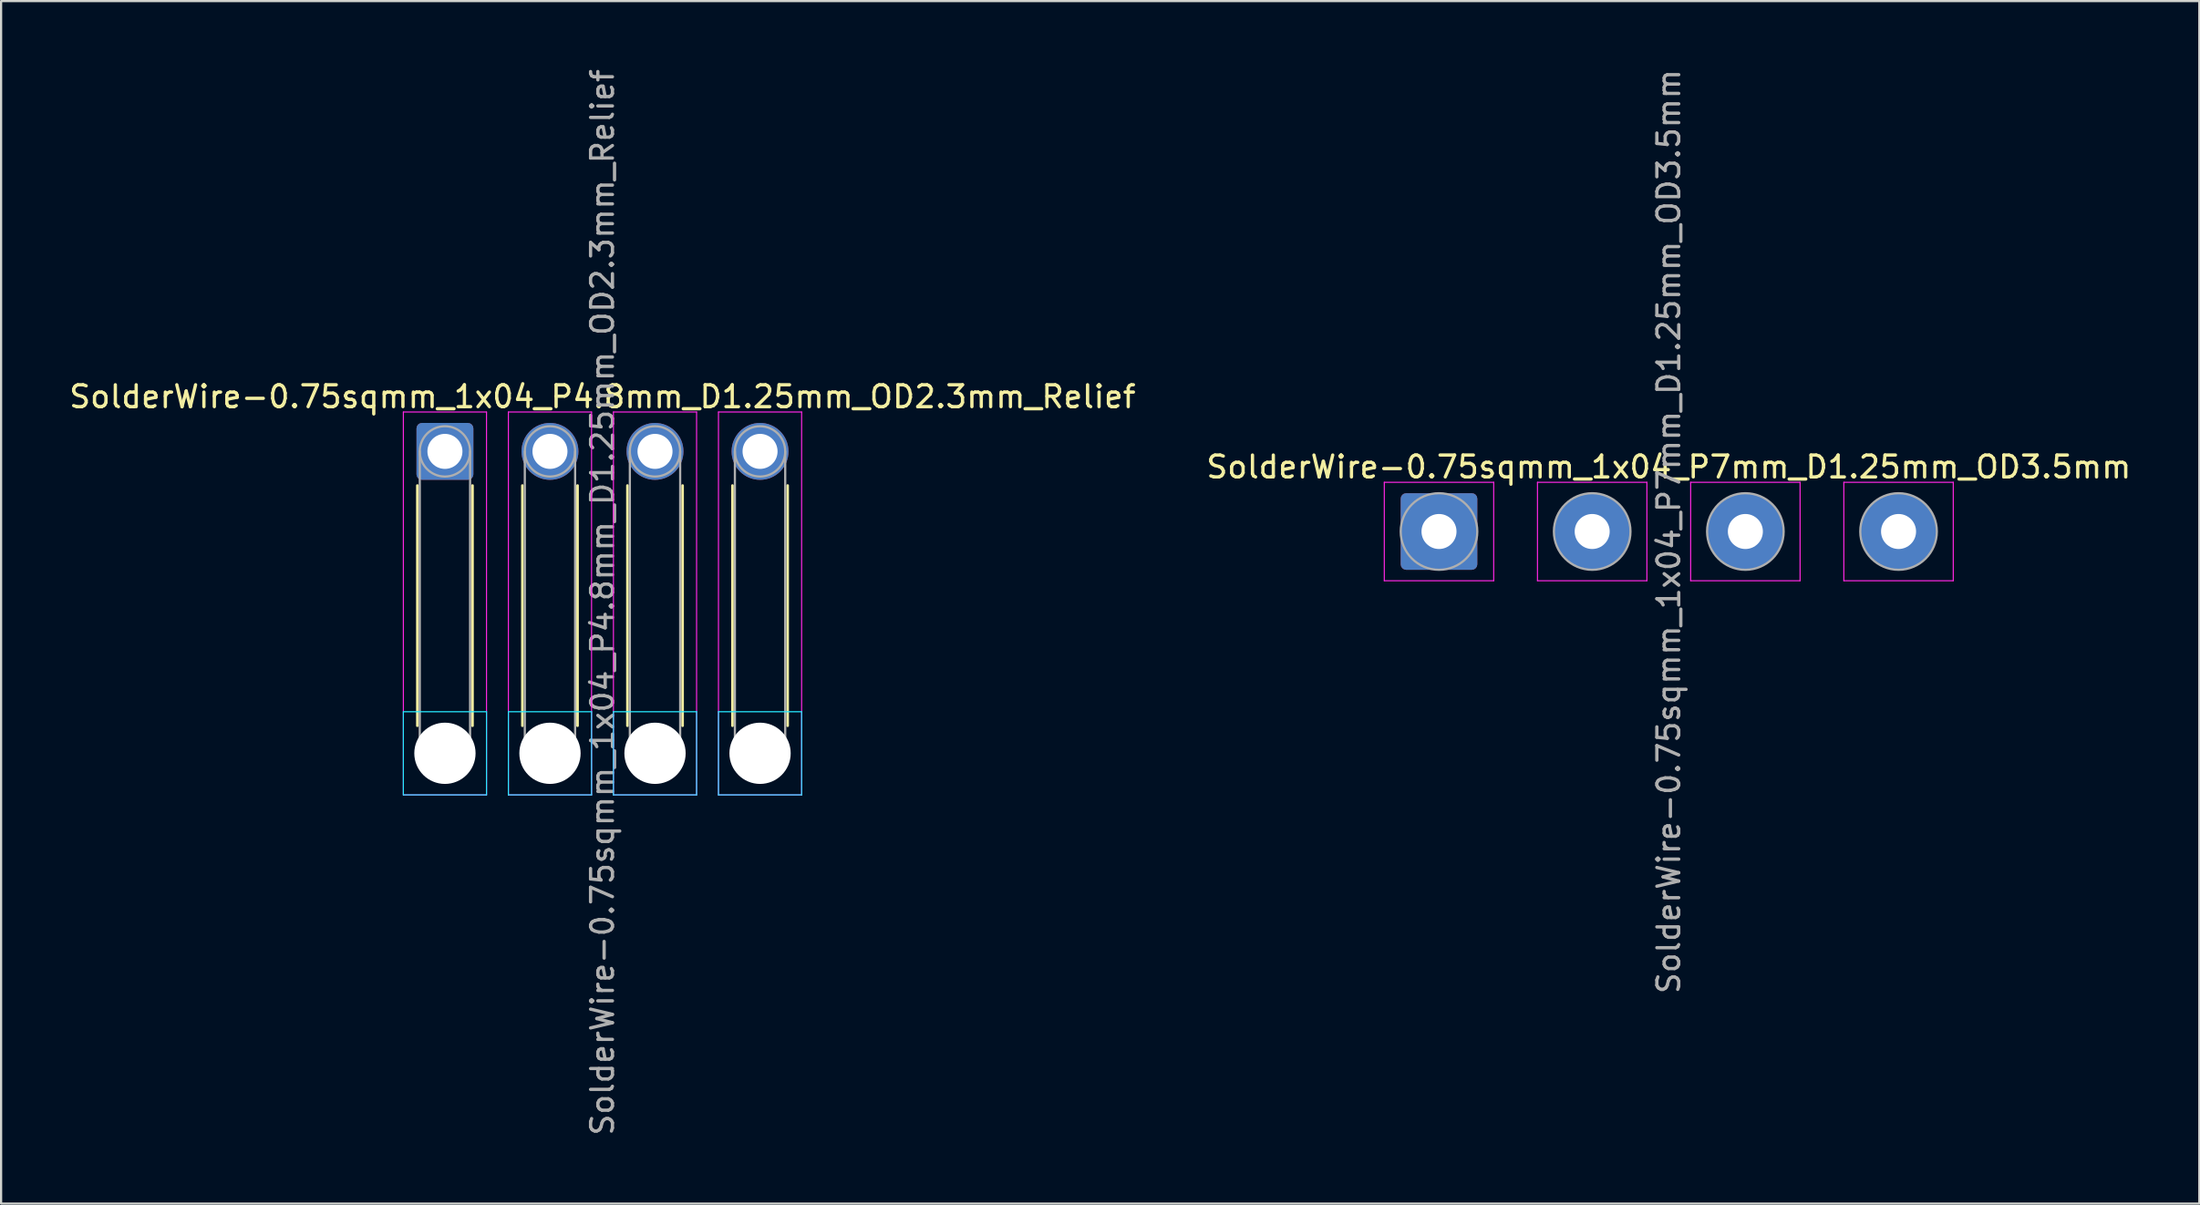
<source format=kicad_pcb>
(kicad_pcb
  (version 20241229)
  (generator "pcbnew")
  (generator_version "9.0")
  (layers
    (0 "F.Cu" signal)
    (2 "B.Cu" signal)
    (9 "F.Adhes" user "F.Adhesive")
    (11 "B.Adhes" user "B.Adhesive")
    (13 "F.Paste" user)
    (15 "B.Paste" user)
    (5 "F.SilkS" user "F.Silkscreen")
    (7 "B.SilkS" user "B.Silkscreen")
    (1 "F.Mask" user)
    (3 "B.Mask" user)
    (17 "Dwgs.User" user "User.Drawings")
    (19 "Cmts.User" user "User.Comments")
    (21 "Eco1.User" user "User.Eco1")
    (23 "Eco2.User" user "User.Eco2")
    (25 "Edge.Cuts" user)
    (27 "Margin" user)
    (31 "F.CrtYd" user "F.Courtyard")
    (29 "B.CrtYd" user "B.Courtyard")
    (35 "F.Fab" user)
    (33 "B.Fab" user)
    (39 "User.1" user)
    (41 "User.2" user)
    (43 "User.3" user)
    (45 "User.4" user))
  (footprint "SolderWire-0.75sqmm_1x04_P7mm_D1.25mm_OD3.5mm"
    (layer "F.Cu")
    (at 62.708 21.244)
    (property "Reference" "SolderWire-0.75sqmm_1x04_P7mm_D1.25mm_OD3.5mm" (at 10.5 -2.95 0) (layer "F.SilkS") (effects (font (size 1 1) (thickness 0.15))))
    (attr exclude_from_pos_files exclude_from_bom)
    (fp_line (start -2.5 -2.25) (end -2.5 2.25) (stroke (width 0.05) (type solid)) (layer "F.CrtYd"))
    (fp_line (start -2.5 2.25) (end 2.5 2.25) (stroke (width 0.05) (type solid)) (layer "F.CrtYd"))
    (fp_line (start 2.5 -2.25) (end -2.5 -2.25) (stroke (width 0.05) (type solid)) (layer "F.CrtYd"))
    (fp_line (start 2.5 2.25) (end 2.5 -2.25) (stroke (width 0.05) (type solid)) (layer "F.CrtYd"))
    (fp_line (start 4.5 -2.25) (end 4.5 2.25) (stroke (width 0.05) (type solid)) (layer "F.CrtYd"))
    (fp_line (start 4.5 2.25) (end 9.5 2.25) (stroke (width 0.05) (type solid)) (layer "F.CrtYd"))
    (fp_line (start 9.5 -2.25) (end 4.5 -2.25) (stroke (width 0.05) (type solid)) (layer "F.CrtYd"))
    (fp_line (start 9.5 2.25) (end 9.5 -2.25) (stroke (width 0.05) (type solid)) (layer "F.CrtYd"))
    (fp_line (start 11.5 -2.25) (end 11.5 2.25) (stroke (width 0.05) (type solid)) (layer "F.CrtYd"))
    (fp_line (start 11.5 2.25) (end 16.5 2.25) (stroke (width 0.05) (type solid)) (layer "F.CrtYd"))
    (fp_line (start 16.5 -2.25) (end 11.5 -2.25) (stroke (width 0.05) (type solid)) (layer "F.CrtYd"))
    (fp_line (start 16.5 2.25) (end 16.5 -2.25) (stroke (width 0.05) (type solid)) (layer "F.CrtYd"))
    (fp_line (start 18.5 -2.25) (end 18.5 2.25) (stroke (width 0.05) (type solid)) (layer "F.CrtYd"))
    (fp_line (start 18.5 2.25) (end 23.5 2.25) (stroke (width 0.05) (type solid)) (layer "F.CrtYd"))
    (fp_line (start 23.5 -2.25) (end 18.5 -2.25) (stroke (width 0.05) (type solid)) (layer "F.CrtYd"))
    (fp_line (start 23.5 2.25) (end 23.5 -2.25) (stroke (width 0.05) (type solid)) (layer "F.CrtYd"))
    (fp_circle (center 0 0) (end 1.75 0) (stroke (width 0.1) (type solid)) (fill no) (layer "F.Fab"))
    (fp_circle (center 7 0) (end 8.75 0) (stroke (width 0.1) (type solid)) (fill no) (layer "F.Fab"))
    (fp_circle (center 14 0) (end 15.75 0) (stroke (width 0.1) (type solid)) (fill no) (layer "F.Fab"))
    (fp_circle (center 21 0) (end 22.75 0) (stroke (width 0.1) (type solid)) (fill no) (layer "F.Fab"))
    (fp_text user "${REFERENCE}" (at 10.5 0 90) (layer "F.Fab") (effects (font (size 1 1) (thickness 0.15))))
    (pad "1" thru_hole roundrect (at 0 0) (size 3.5 3.5) (drill 1.6) (layers "*.Cu" "*.Mask") (roundrect_rratio 0.071))
    (pad "2" thru_hole circle (at 7 0) (size 3.5 3.5) (drill 1.6) (layers "*.Cu" "*.Mask"))
    (pad "3" thru_hole circle (at 14 0) (size 3.5 3.5) (drill 1.6) (layers "*.Cu" "*.Mask"))
    (pad "4" thru_hole circle (at 21 0) (size 3.5 3.5) (drill 1.6) (layers "*.Cu" "*.Mask")))
  (footprint "SolderWire-0.75sqmm_1x04_P4.8mm_D1.25mm_OD2.3mm_Relief"
    (layer "F.Cu")
    (at 17.282 17.582)
    (property "Reference" "SolderWire-0.75sqmm_1x04_P4.8mm_D1.25mm_OD2.3mm_Relief" (at 7.2 -2.5 0) (layer "F.SilkS") (effects (font (size 1 1) (thickness 0.15))))
    (attr exclude_from_pos_files exclude_from_bom)
    (fp_line (start -1.26 1.56) (end -1.26 12.54) (stroke (width 0.12) (type solid)) (layer "F.SilkS"))
    (fp_line (start 1.26 1.56) (end 1.26 12.54) (stroke (width 0.12) (type solid)) (layer "F.SilkS"))
    (fp_line (start 3.54 1.56) (end 3.54 12.54) (stroke (width 0.12) (type solid)) (layer "F.SilkS"))
    (fp_line (start 6.06 1.56) (end 6.06 12.54) (stroke (width 0.12) (type solid)) (layer "F.SilkS"))
    (fp_line (start 8.34 1.56) (end 8.34 12.54) (stroke (width 0.12) (type solid)) (layer "F.SilkS"))
    (fp_line (start 10.86 1.56) (end 10.86 12.54) (stroke (width 0.12) (type solid)) (layer "F.SilkS"))
    (fp_line (start 13.14 1.56) (end 13.14 12.54) (stroke (width 0.12) (type solid)) (layer "F.SilkS"))
    (fp_line (start 15.66 1.56) (end 15.66 12.54) (stroke (width 0.12) (type solid)) (layer "F.SilkS"))
    (fp_line (start -1.9 11.9) (end -1.9 15.7) (stroke (width 0.05) (type solid)) (layer "B.CrtYd"))
    (fp_line (start -1.9 15.7) (end 1.9 15.7) (stroke (width 0.05) (type solid)) (layer "B.CrtYd"))
    (fp_line (start 1.9 11.9) (end -1.9 11.9) (stroke (width 0.05) (type solid)) (layer "B.CrtYd"))
    (fp_line (start 1.9 15.7) (end 1.9 11.9) (stroke (width 0.05) (type solid)) (layer "B.CrtYd"))
    (fp_line (start 2.9 11.9) (end 2.9 15.7) (stroke (width 0.05) (type solid)) (layer "B.CrtYd"))
    (fp_line (start 2.9 15.7) (end 6.7 15.7) (stroke (width 0.05) (type solid)) (layer "B.CrtYd"))
    (fp_line (start 6.7 11.9) (end 2.9 11.9) (stroke (width 0.05) (type solid)) (layer "B.CrtYd"))
    (fp_line (start 6.7 15.7) (end 6.7 11.9) (stroke (width 0.05) (type solid)) (layer "B.CrtYd"))
    (fp_line (start 7.7 11.9) (end 7.7 15.7) (stroke (width 0.05) (type solid)) (layer "B.CrtYd"))
    (fp_line (start 7.7 15.7) (end 11.5 15.7) (stroke (width 0.05) (type solid)) (layer "B.CrtYd"))
    (fp_line (start 11.5 11.9) (end 7.7 11.9) (stroke (width 0.05) (type solid)) (layer "B.CrtYd"))
    (fp_line (start 11.5 15.7) (end 11.5 11.9) (stroke (width 0.05) (type solid)) (layer "B.CrtYd"))
    (fp_line (start 12.5 11.9) (end 12.5 15.7) (stroke (width 0.05) (type solid)) (layer "B.CrtYd"))
    (fp_line (start 12.5 15.7) (end 16.3 15.7) (stroke (width 0.05) (type solid)) (layer "B.CrtYd"))
    (fp_line (start 16.3 11.9) (end 12.5 11.9) (stroke (width 0.05) (type solid)) (layer "B.CrtYd"))
    (fp_line (start 16.3 15.7) (end 16.3 11.9) (stroke (width 0.05) (type solid)) (layer "B.CrtYd"))
    (fp_line (start -1.9 -1.8) (end -1.9 15.7) (stroke (width 0.05) (type solid)) (layer "F.CrtYd"))
    (fp_line (start -1.9 15.7) (end 1.9 15.7) (stroke (width 0.05) (type solid)) (layer "F.CrtYd"))
    (fp_line (start 1.9 -1.8) (end -1.9 -1.8) (stroke (width 0.05) (type solid)) (layer "F.CrtYd"))
    (fp_line (start 1.9 15.7) (end 1.9 -1.8) (stroke (width 0.05) (type solid)) (layer "F.CrtYd"))
    (fp_line (start 2.9 -1.8) (end 2.9 15.7) (stroke (width 0.05) (type solid)) (layer "F.CrtYd"))
    (fp_line (start 2.9 15.7) (end 6.7 15.7) (stroke (width 0.05) (type solid)) (layer "F.CrtYd"))
    (fp_line (start 6.7 -1.8) (end 2.9 -1.8) (stroke (width 0.05) (type solid)) (layer "F.CrtYd"))
    (fp_line (start 6.7 15.7) (end 6.7 -1.8) (stroke (width 0.05) (type solid)) (layer "F.CrtYd"))
    (fp_line (start 7.7 -1.8) (end 7.7 15.7) (stroke (width 0.05) (type solid)) (layer "F.CrtYd"))
    (fp_line (start 7.7 15.7) (end 11.5 15.7) (stroke (width 0.05) (type solid)) (layer "F.CrtYd"))
    (fp_line (start 11.5 -1.8) (end 7.7 -1.8) (stroke (width 0.05) (type solid)) (layer "F.CrtYd"))
    (fp_line (start 11.5 15.7) (end 11.5 -1.8) (stroke (width 0.05) (type solid)) (layer "F.CrtYd"))
    (fp_line (start 12.5 -1.8) (end 12.5 15.7) (stroke (width 0.05) (type solid)) (layer "F.CrtYd"))
    (fp_line (start 12.5 15.7) (end 16.3 15.7) (stroke (width 0.05) (type solid)) (layer "F.CrtYd"))
    (fp_line (start 16.3 -1.8) (end 12.5 -1.8) (stroke (width 0.05) (type solid)) (layer "F.CrtYd"))
    (fp_line (start 16.3 15.7) (end 16.3 -1.8) (stroke (width 0.05) (type solid)) (layer "F.CrtYd"))
    (fp_line (start -1.15 0) (end -1.15 13.8) (stroke (width 0.1) (type solid)) (layer "F.Fab"))
    (fp_line (start 1.15 0) (end 1.15 13.8) (stroke (width 0.1) (type solid)) (layer "F.Fab"))
    (fp_line (start 3.65 0) (end 3.65 13.8) (stroke (width 0.1) (type solid)) (layer "F.Fab"))
    (fp_line (start 5.95 0) (end 5.95 13.8) (stroke (width 0.1) (type solid)) (layer "F.Fab"))
    (fp_line (start 8.45 0) (end 8.45 13.8) (stroke (width 0.1) (type solid)) (layer "F.Fab"))
    (fp_line (start 10.75 0) (end 10.75 13.8) (stroke (width 0.1) (type solid)) (layer "F.Fab"))
    (fp_line (start 13.25 0) (end 13.25 13.8) (stroke (width 0.1) (type solid)) (layer "F.Fab"))
    (fp_line (start 15.55 0) (end 15.55 13.8) (stroke (width 0.1) (type solid)) (layer "F.Fab"))
    (fp_circle (center 0 0) (end 1.15 0) (stroke (width 0.1) (type solid)) (fill no) (layer "F.Fab"))
    (fp_circle (center 0 13.8) (end 1.15 13.8) (stroke (width 0.1) (type solid)) (fill no) (layer "F.Fab"))
    (fp_circle (center 4.8 0) (end 5.95 0) (stroke (width 0.1) (type solid)) (fill no) (layer "F.Fab"))
    (fp_circle (center 4.8 13.8) (end 5.95 13.8) (stroke (width 0.1) (type solid)) (fill no) (layer "F.Fab"))
    (fp_circle (center 9.6 0) (end 10.75 0) (stroke (width 0.1) (type solid)) (fill no) (layer "F.Fab"))
    (fp_circle (center 9.6 13.8) (end 10.75 13.8) (stroke (width 0.1) (type solid)) (fill no) (layer "F.Fab"))
    (fp_circle (center 14.4 0) (end 15.55 0) (stroke (width 0.1) (type solid)) (fill no) (layer "F.Fab"))
    (fp_circle (center 14.4 13.8) (end 15.55 13.8) (stroke (width 0.1) (type solid)) (fill no) (layer "F.Fab"))
    (fp_text user "${REFERENCE}" (at 7.2 6.9 90) (layer "F.Fab") (effects (font (size 1 1) (thickness 0.15))))
    (pad "" np_thru_hole circle (at 0 13.8) (size 2.8 2.8) (drill 2.8) (layers "*.Cu" "*.Mask"))
    (pad "" np_thru_hole circle (at 4.8 13.8) (size 2.8 2.8) (drill 2.8) (layers "*.Cu" "*.Mask"))
    (pad "" np_thru_hole circle (at 9.6 13.8) (size 2.8 2.8) (drill 2.8) (layers "*.Cu" "*.Mask"))
    (pad "" np_thru_hole circle (at 14.4 13.8) (size 2.8 2.8) (drill 2.8) (layers "*.Cu" "*.Mask"))
    (pad "1" thru_hole roundrect (at 0 0) (size 2.6 2.6) (drill 1.6) (layers "*.Cu" "*.Mask") (roundrect_rratio 0.096))
    (pad "2" thru_hole circle (at 4.8 0) (size 2.6 2.6) (drill 1.6) (layers "*.Cu" "*.Mask"))
    (pad "3" thru_hole circle (at 9.6 0) (size 2.6 2.6) (drill 1.6) (layers "*.Cu" "*.Mask"))
    (pad "4" thru_hole circle (at 14.4 0) (size 2.6 2.6) (drill 1.6) (layers "*.Cu" "*.Mask")))
  (gr_rect
    (start -3 -3)
    (end 97.452 51.964)
    (stroke (width 0.1) (type default))
    (fill no)
    (layer "Edge.Cuts")))
</source>
